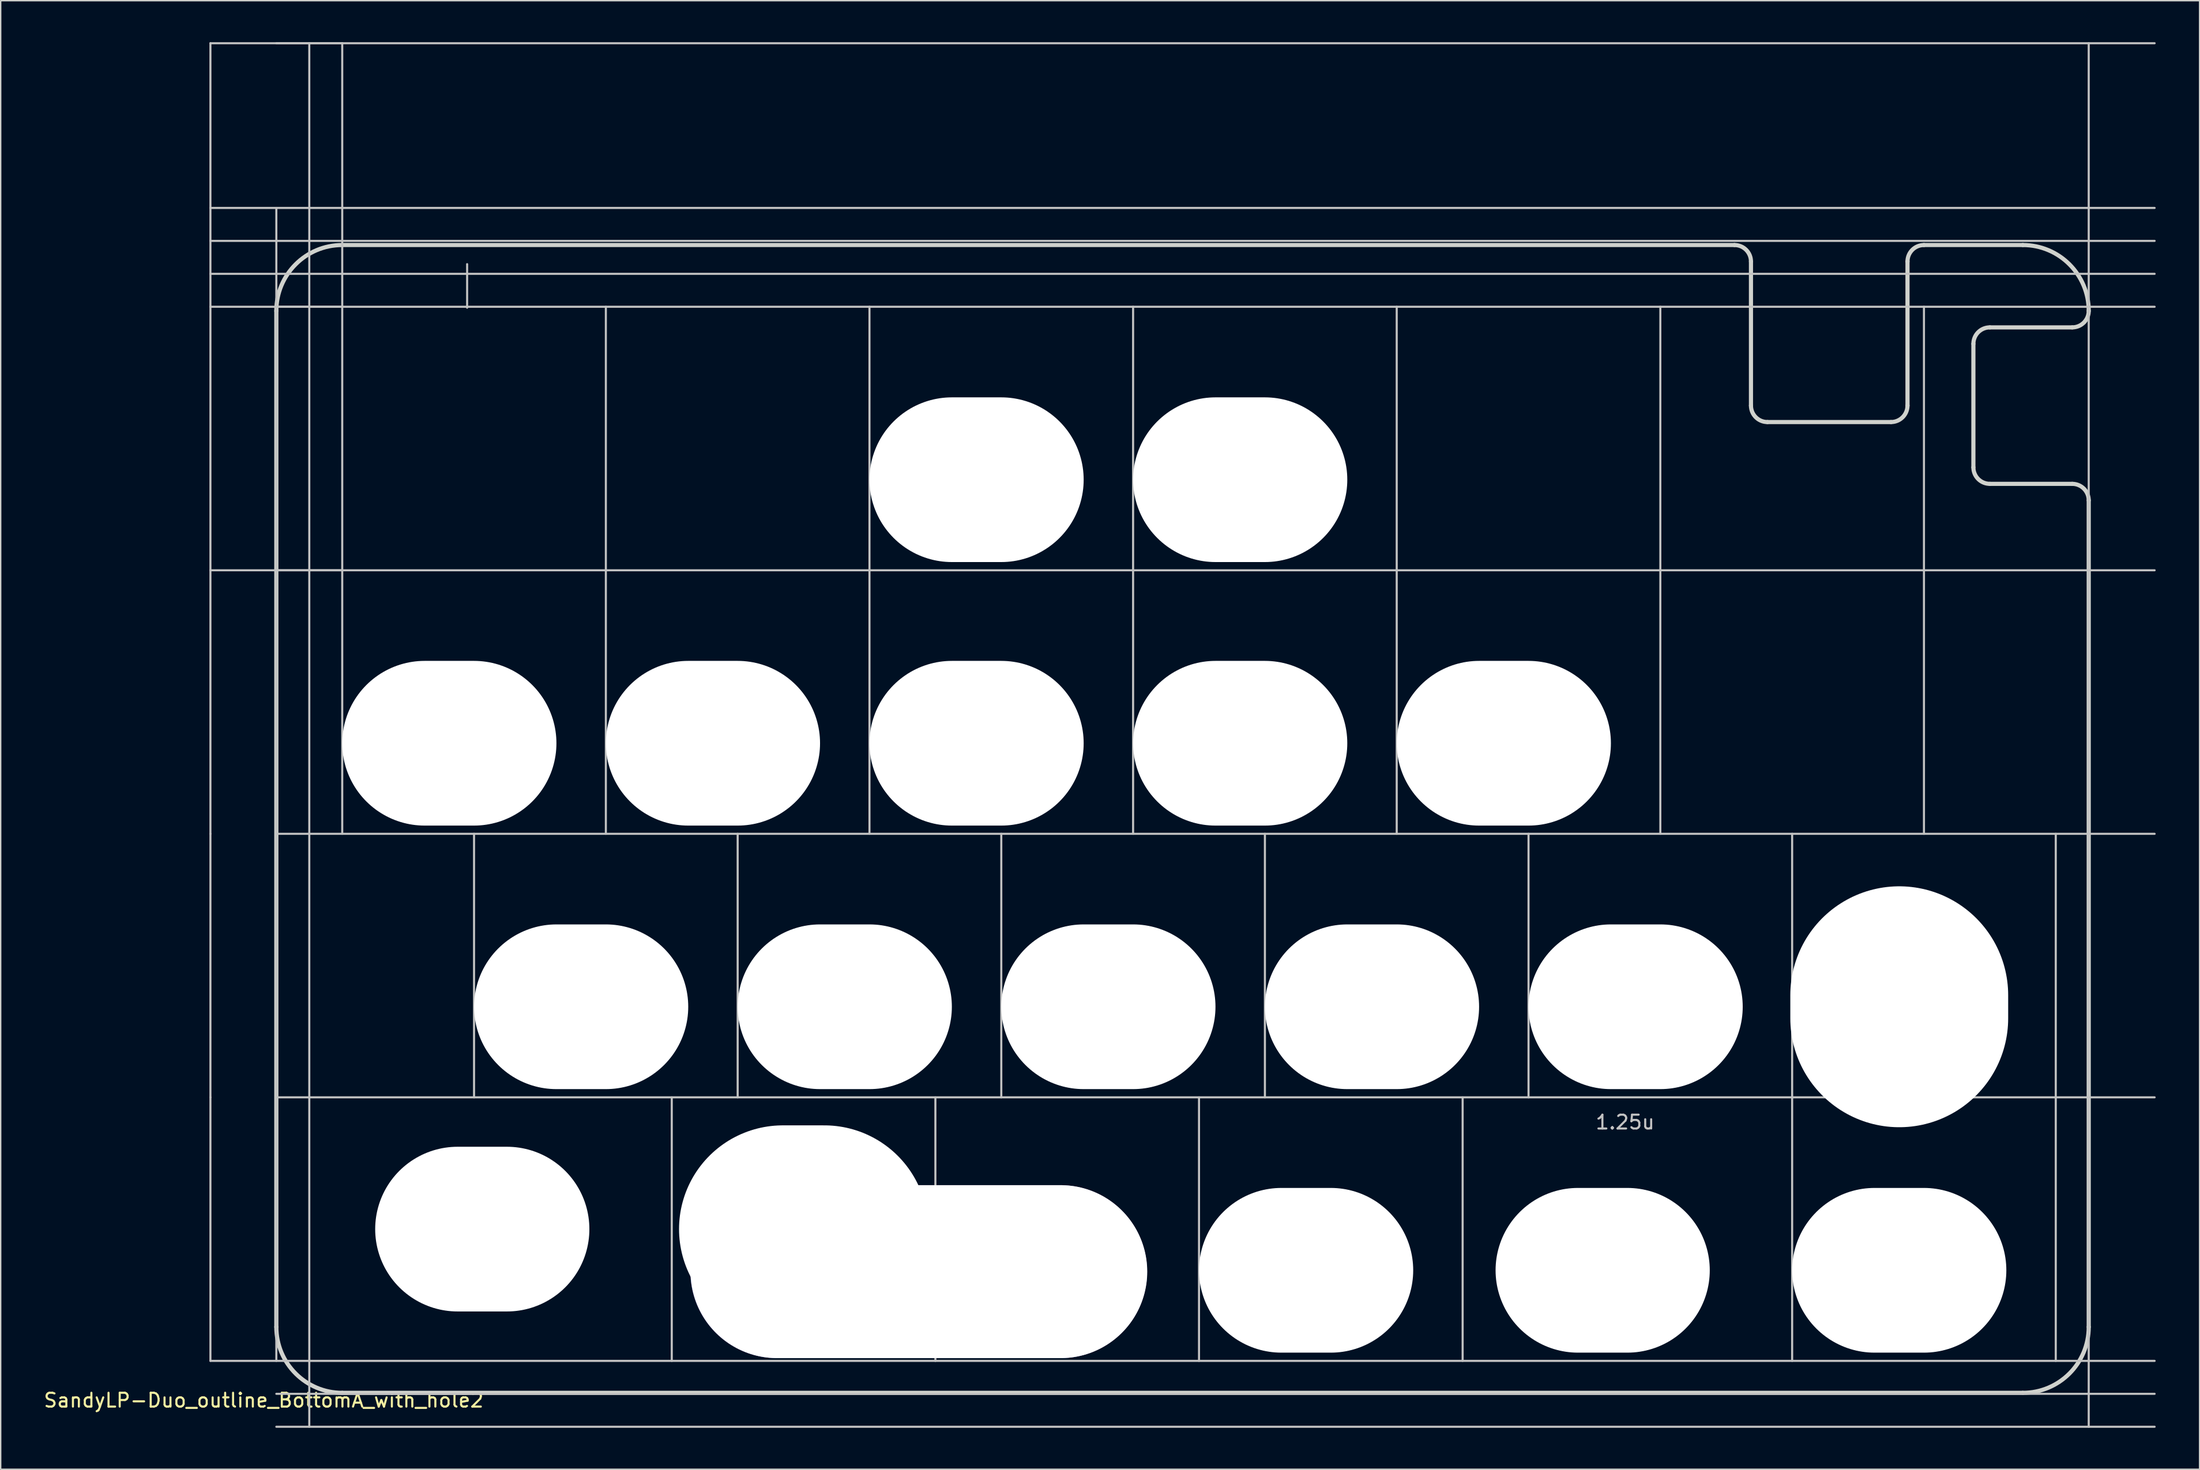
<source format=kicad_pcb>
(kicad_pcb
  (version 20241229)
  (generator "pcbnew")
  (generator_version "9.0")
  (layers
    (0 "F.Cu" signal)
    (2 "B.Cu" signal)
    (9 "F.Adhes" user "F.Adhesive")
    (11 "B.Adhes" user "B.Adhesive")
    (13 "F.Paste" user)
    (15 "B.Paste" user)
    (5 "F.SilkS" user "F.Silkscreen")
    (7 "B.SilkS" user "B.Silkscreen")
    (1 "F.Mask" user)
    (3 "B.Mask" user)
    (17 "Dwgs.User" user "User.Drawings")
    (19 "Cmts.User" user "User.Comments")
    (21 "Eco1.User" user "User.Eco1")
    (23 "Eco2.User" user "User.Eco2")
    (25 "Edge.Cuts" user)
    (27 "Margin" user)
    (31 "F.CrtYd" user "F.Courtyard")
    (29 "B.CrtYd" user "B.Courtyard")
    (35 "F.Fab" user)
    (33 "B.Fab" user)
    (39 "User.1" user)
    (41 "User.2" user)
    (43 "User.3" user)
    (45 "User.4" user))
  (footprint "SandyLP-Duo_outline_BottomA_with_hole2"
    (layer "F.Cu")
    (at 152.65 66.75)
    (property "Reference" "SandyLP-Duo_outline_BottomA_with_hole2" (at -136.644 31.425 0) (layer "F.SilkS") (effects (font (size 1 1) (thickness 0.15))))
    (attr through_hole)
    (fp_line (start -140.494 -66.675) (end -130.969 -66.675) (stroke (width 0.15) (type solid)) (layer "Dwgs.User"))
    (fp_line (start -140.494 -47.625) (end -140.494 -66.675) (stroke (width 0.15) (type solid)) (layer "Dwgs.User"))
    (fp_line (start -140.494 -47.625) (end -130.969 -47.625) (stroke (width 0.15) (type solid)) (layer "Dwgs.User"))
    (fp_line (start -140.494 -28.575) (end -140.494 -47.625) (stroke (width 0.15) (type solid)) (layer "Dwgs.User"))
    (fp_line (start -140.494 -28.575) (end -130.969 -28.575) (stroke (width 0.15) (type solid)) (layer "Dwgs.User"))
    (fp_line (start -140.494 -9.525) (end -140.494 -28.575) (stroke (width 0.15) (type solid)) (layer "Dwgs.User"))
    (fp_line (start -140.494 9.525) (end -140.494 -9.525) (stroke (width 0.15) (type solid)) (layer "Dwgs.User"))
    (fp_line (start -140.494 28.575) (end -140.494 9.525) (stroke (width 0.15) (type solid)) (layer "Dwgs.User"))
    (fp_line (start -135.731 28.575) (end -135.731 -54.769) (stroke (width 0.15) (type solid)) (layer "Dwgs.User"))
    (fp_line (start -133.35 33.337) (end -133.35 -66.675) (stroke (width 0.15) (type solid)) (layer "Dwgs.User"))
    (fp_line (start -130.969 -47.625) (end -130.969 -66.675) (stroke (width 0.15) (type solid)) (layer "Dwgs.User"))
    (fp_line (start -130.969 -28.575) (end -130.969 -47.625) (stroke (width 0.15) (type solid)) (layer "Dwgs.User"))
    (fp_line (start -130.969 -9.525) (end -130.969 -28.575) (stroke (width 0.15) (type solid)) (layer "Dwgs.User"))
    (fp_line (start -121.944 -50.706) (end -121.944 -47.556) (stroke (width 0.15) (type solid)) (layer "Dwgs.User"))
    (fp_line (start -121.444 9.525) (end -121.444 -9.525) (stroke (width 0.15) (type solid)) (layer "Dwgs.User"))
    (fp_line (start -111.919 -28.575) (end -111.919 -47.625) (stroke (width 0.15) (type solid)) (layer "Dwgs.User"))
    (fp_line (start -111.919 -9.525) (end -111.919 -28.575) (stroke (width 0.15) (type solid)) (layer "Dwgs.User"))
    (fp_line (start -107.156 28.575) (end -107.156 9.525) (stroke (width 0.15) (type solid)) (layer "Dwgs.User"))
    (fp_line (start -102.394 9.525) (end -102.394 -9.525) (stroke (width 0.15) (type solid)) (layer "Dwgs.User"))
    (fp_line (start -92.869 -28.575) (end -92.869 -47.625) (stroke (width 0.15) (type solid)) (layer "Dwgs.User"))
    (fp_line (start -92.869 -9.525) (end -92.869 -28.575) (stroke (width 0.15) (type solid)) (layer "Dwgs.User"))
    (fp_line (start -88.106 28.575) (end -88.106 9.525) (stroke (width 0.15) (type solid)) (layer "Dwgs.User"))
    (fp_line (start -83.344 9.525) (end -83.344 -9.525) (stroke (width 0.15) (type solid)) (layer "Dwgs.User"))
    (fp_line (start -73.819 -28.575) (end -73.819 -47.625) (stroke (width 0.15) (type solid)) (layer "Dwgs.User"))
    (fp_line (start -73.819 -9.525) (end -73.819 -28.575) (stroke (width 0.15) (type solid)) (layer "Dwgs.User"))
    (fp_line (start -69.056 28.575) (end -69.056 9.525) (stroke (width 0.15) (type solid)) (layer "Dwgs.User"))
    (fp_line (start -64.294 9.525) (end -64.294 -9.525) (stroke (width 0.15) (type solid)) (layer "Dwgs.User"))
    (fp_line (start -54.769 -28.575) (end -54.769 -47.625) (stroke (width 0.15) (type solid)) (layer "Dwgs.User"))
    (fp_line (start -54.769 -9.525) (end -54.769 -28.575) (stroke (width 0.15) (type solid)) (layer "Dwgs.User"))
    (fp_line (start -50.006 28.575) (end -50.006 9.525) (stroke (width 0.15) (type solid)) (layer "Dwgs.User"))
    (fp_line (start -45.244 9.525) (end -45.244 -9.525) (stroke (width 0.15) (type solid)) (layer "Dwgs.User"))
    (fp_line (start -35.719 -28.575) (end -35.719 -47.625) (stroke (width 0.15) (type solid)) (layer "Dwgs.User"))
    (fp_line (start -35.719 -9.525) (end -35.719 -28.575) (stroke (width 0.15) (type solid)) (layer "Dwgs.User"))
    (fp_line (start -26.194 9.525) (end -26.194 -9.525) (stroke (width 0.15) (type solid)) (layer "Dwgs.User"))
    (fp_line (start -26.194 28.575) (end -26.194 9.525) (stroke (width 0.15) (type solid)) (layer "Dwgs.User"))
    (fp_line (start -16.669 -28.575) (end -16.669 -47.625) (stroke (width 0.15) (type solid)) (layer "Dwgs.User"))
    (fp_line (start -16.669 -9.525) (end -16.669 -28.575) (stroke (width 0.15) (type solid)) (layer "Dwgs.User"))
    (fp_line (start -7.144 9.525) (end -7.144 -9.525) (stroke (width 0.15) (type solid)) (layer "Dwgs.User"))
    (fp_line (start -7.144 28.575) (end -7.144 9.525) (stroke (width 0.15) (type solid)) (layer "Dwgs.User"))
    (fp_line (start -4.763 33.337) (end -4.763 -66.675) (stroke (width 0.15) (type solid)) (layer "Dwgs.User"))
    (fp_line (start 0 -66.675) (end -135.731 -66.675) (stroke (width 0.15) (type solid)) (layer "Dwgs.User"))
    (fp_line (start 0 -54.769) (end -140.494 -54.769) (stroke (width 0.15) (type solid)) (layer "Dwgs.User"))
    (fp_line (start 0 -52.388) (end -140.494 -52.388) (stroke (width 0.15) (type solid)) (layer "Dwgs.User"))
    (fp_line (start 0 -50.006) (end -140.494 -50.006) (stroke (width 0.15) (type solid)) (layer "Dwgs.User"))
    (fp_line (start 0 -47.625) (end -135.731 -47.625) (stroke (width 0.15) (type solid)) (layer "Dwgs.User"))
    (fp_line (start 0 -28.575) (end -135.731 -28.575) (stroke (width 0.15) (type solid)) (layer "Dwgs.User"))
    (fp_line (start 0 -9.525) (end -135.731 -9.525) (stroke (width 0.15) (type solid)) (layer "Dwgs.User"))
    (fp_line (start 0 9.525) (end -135.731 9.525) (stroke (width 0.15) (type solid)) (layer "Dwgs.User"))
    (fp_line (start 0 28.575) (end -140.494 28.575) (stroke (width 0.15) (type solid)) (layer "Dwgs.User"))
    (fp_line (start 0 30.956) (end -135.731 30.956) (stroke (width 0.15) (type solid)) (layer "Dwgs.User"))
    (fp_line (start 0 33.337) (end -135.731 33.337) (stroke (width 0.15) (type solid)) (layer "Dwgs.User"))
    (fp_line (start -135.731 26.123) (end -135.731 -47.325) (stroke (width 0.3) (type solid)) (layer "Edge.Cuts"))
    (fp_line (start -30.361 -52.088) (end -130.969 -52.088) (stroke (width 0.3) (type solid)) (layer "Edge.Cuts"))
    (fp_line (start -29.17 -40.481) (end -29.17 -50.897) (stroke (width 0.3) (type default)) (layer "Edge.Cuts"))
    (fp_line (start -19.05 -39.291) (end -27.98 -39.291) (stroke (width 0.3) (type default)) (layer "Edge.Cuts"))
    (fp_line (start -17.859 -50.897) (end -17.859 -40.481) (stroke (width 0.3) (type default)) (layer "Edge.Cuts"))
    (fp_line (start -13.097 -36.014) (end -13.097 -44.944) (stroke (width 0.3) (type default)) (layer "Edge.Cuts"))
    (fp_line (start -11.906 -46.134) (end -5.953 -46.134) (stroke (width 0.3) (type default)) (layer "Edge.Cuts"))
    (fp_line (start -9.525 -52.088) (end -16.669 -52.088) (stroke (width 0.3) (type solid)) (layer "Edge.Cuts"))
    (fp_line (start -9.525 30.886) (end -130.969 30.886) (stroke (width 0.3) (type solid)) (layer "Edge.Cuts"))
    (fp_line (start -5.953 -34.823) (end -11.906 -34.823) (stroke (width 0.3) (type default)) (layer "Edge.Cuts"))
    (fp_line (start -4.763 26.123) (end -4.763 -33.633) (stroke (width 0.3) (type solid)) (layer "Edge.Cuts"))
    (fp_arc (start -135.731364 -47.32504) (mid -134.33646 -50.692636) (end -130.968864 -52.08754) (stroke (width 0.3) (type default)) (layer "Edge.Cuts"))
    (fp_arc (start -130.968864 30.885971) (mid -134.33646 29.491067) (end -135.731364 26.123471) (stroke (width 0.3) (type default)) (layer "Edge.Cuts"))
    (fp_arc (start -30.360962 -52.08754) (mid -29.519063 -51.738814) (end -29.170337 -50.896915) (stroke (width 0.3) (type default)) (layer "Edge.Cuts"))
    (fp_arc (start -27.979712 -39.290625) (mid -28.821611 -39.639351) (end -29.170337 -40.48125) (stroke (width 0.3) (type default)) (layer "Edge.Cuts"))
    (fp_arc (start -17.859375 -50.896915) (mid -17.510649 -51.738814) (end -16.66875 -52.08754) (stroke (width 0.3) (type default)) (layer "Edge.Cuts"))
    (fp_arc (start -17.859375 -40.48125) (mid -18.208101 -39.639351) (end -19.05 -39.290625) (stroke (width 0.3) (type default)) (layer "Edge.Cuts"))
    (fp_arc (start -13.096885 -44.94379) (mid -12.748159 -45.785689) (end -11.90626 -46.134415) (stroke (width 0.3) (type default)) (layer "Edge.Cuts"))
    (fp_arc (start -11.90626 -34.823453) (mid -12.748159 -35.172179) (end -13.096885 -36.014078) (stroke (width 0.3) (type default)) (layer "Edge.Cuts"))
    (fp_arc (start -9.525004 -52.08754) (mid -6.15741 -50.692634) (end -4.762504 -47.32504) (stroke (width 0.3) (type default)) (layer "Edge.Cuts"))
    (fp_arc (start -5.953129 -34.823453) (mid -5.11123 -34.474727) (end -4.762504 -33.632828) (stroke (width 0.3) (type default)) (layer "Edge.Cuts"))
    (fp_arc (start -4.762504 -47.32504) (mid -5.11123 -46.483141) (end -5.953129 -46.134415) (stroke (width 0.3) (type default)) (layer "Edge.Cuts"))
    (fp_arc (start -4.762504 26.123471) (mid -6.157413 29.491062) (end -9.525004 30.885971) (stroke (width 0.3) (type default)) (layer "Edge.Cuts"))
    (fp_text user "1.25u" (at -40.481 11.906 0) (unlocked yes) (layer "Dwgs.User") (effects (font (size 1 1) (thickness 0.15)) (justify left bottom)))
    (pad "" np_thru_hole oval (at -123.23 -16.073) (size 15.478 11.906) (drill oval 15.478 11.906) (layers "*.Cu" "*.Mask"))
    (pad "" np_thru_hole oval (at -120.849 19.05) (size 15.478 11.906) (drill oval 15.478 11.906) (layers "*.Cu" "*.Mask"))
    (pad "" np_thru_hole oval (at -113.705 2.977) (size 15.478 11.906) (drill oval 15.478 11.906) (layers "*.Cu" "*.Mask"))
    (pad "" np_thru_hole oval (at -104.18 -16.073) (size 15.478 11.906) (drill oval 15.478 11.906) (layers "*.Cu" "*.Mask"))
    (pad "" np_thru_hole oval (at -97.631 19.05) (size 18 15) (drill oval 18 15) (layers "*.Cu" "*.Mask"))
    (pad "" np_thru_hole oval (at -94.655 2.977) (size 15.478 11.906) (drill oval 15.478 11.906) (layers "*.Cu" "*.Mask"))
    (pad "" np_thru_hole oval (at -89.297 22.125) (size 33 12.5) (drill oval 33 12.5 (offset -0.013 0)) (layers "*.Cu" "*.Mask"))
    (pad "" np_thru_hole oval (at -85.13 -35.123) (size 15.478 11.906) (drill oval 15.478 11.906) (layers "*.Cu" "*.Mask"))
    (pad "" np_thru_hole oval (at -85.13 -16.073) (size 15.478 11.906) (drill oval 15.478 11.906) (layers "*.Cu" "*.Mask"))
    (pad "" np_thru_hole oval (at -75.605 2.977) (size 15.478 11.906) (drill oval 15.478 11.906) (layers "*.Cu" "*.Mask"))
    (pad "" np_thru_hole oval (at -66.08 -35.123) (size 15.478 11.906) (drill oval 15.478 11.906) (layers "*.Cu" "*.Mask"))
    (pad "" np_thru_hole oval (at -66.08 -16.073) (size 15.478 11.906) (drill oval 15.478 11.906) (layers "*.Cu" "*.Mask"))
    (pad "" np_thru_hole oval (at -61.317 22.027) (size 15.478 11.906) (drill oval 15.478 11.906) (layers "*.Cu" "*.Mask"))
    (pad "" np_thru_hole oval (at -56.555 2.977) (size 15.478 11.906) (drill oval 15.478 11.906) (layers "*.Cu" "*.Mask"))
    (pad "" np_thru_hole oval (at -47.03 -16.073) (size 15.478 11.906) (drill oval 15.478 11.906) (layers "*.Cu" "*.Mask"))
    (pad "" np_thru_hole oval (at -39.886 22.027) (size 15.478 11.906) (drill oval 15.478 11.906) (layers "*.Cu" "*.Mask"))
    (pad "" np_thru_hole oval (at -37.505 2.977) (size 15.478 11.906) (drill oval 15.478 11.906) (layers "*.Cu" "*.Mask"))
    (pad "" np_thru_hole oval (at -18.455 2.977) (size 15.743 17.415) (drill oval 15.743 17.415) (layers "*.Cu" "*.Mask"))
    (pad "" np_thru_hole oval (at -18.455 22.027) (size 15.478 11.906) (drill oval 15.478 11.906) (layers "*.Cu" "*.Mask")))
  (gr_rect
    (start -3 -3)
    (end 155.9 103.162)
    (stroke (width 0.1) (type default))
    (fill no)
    (layer "Edge.Cuts")))
</source>
